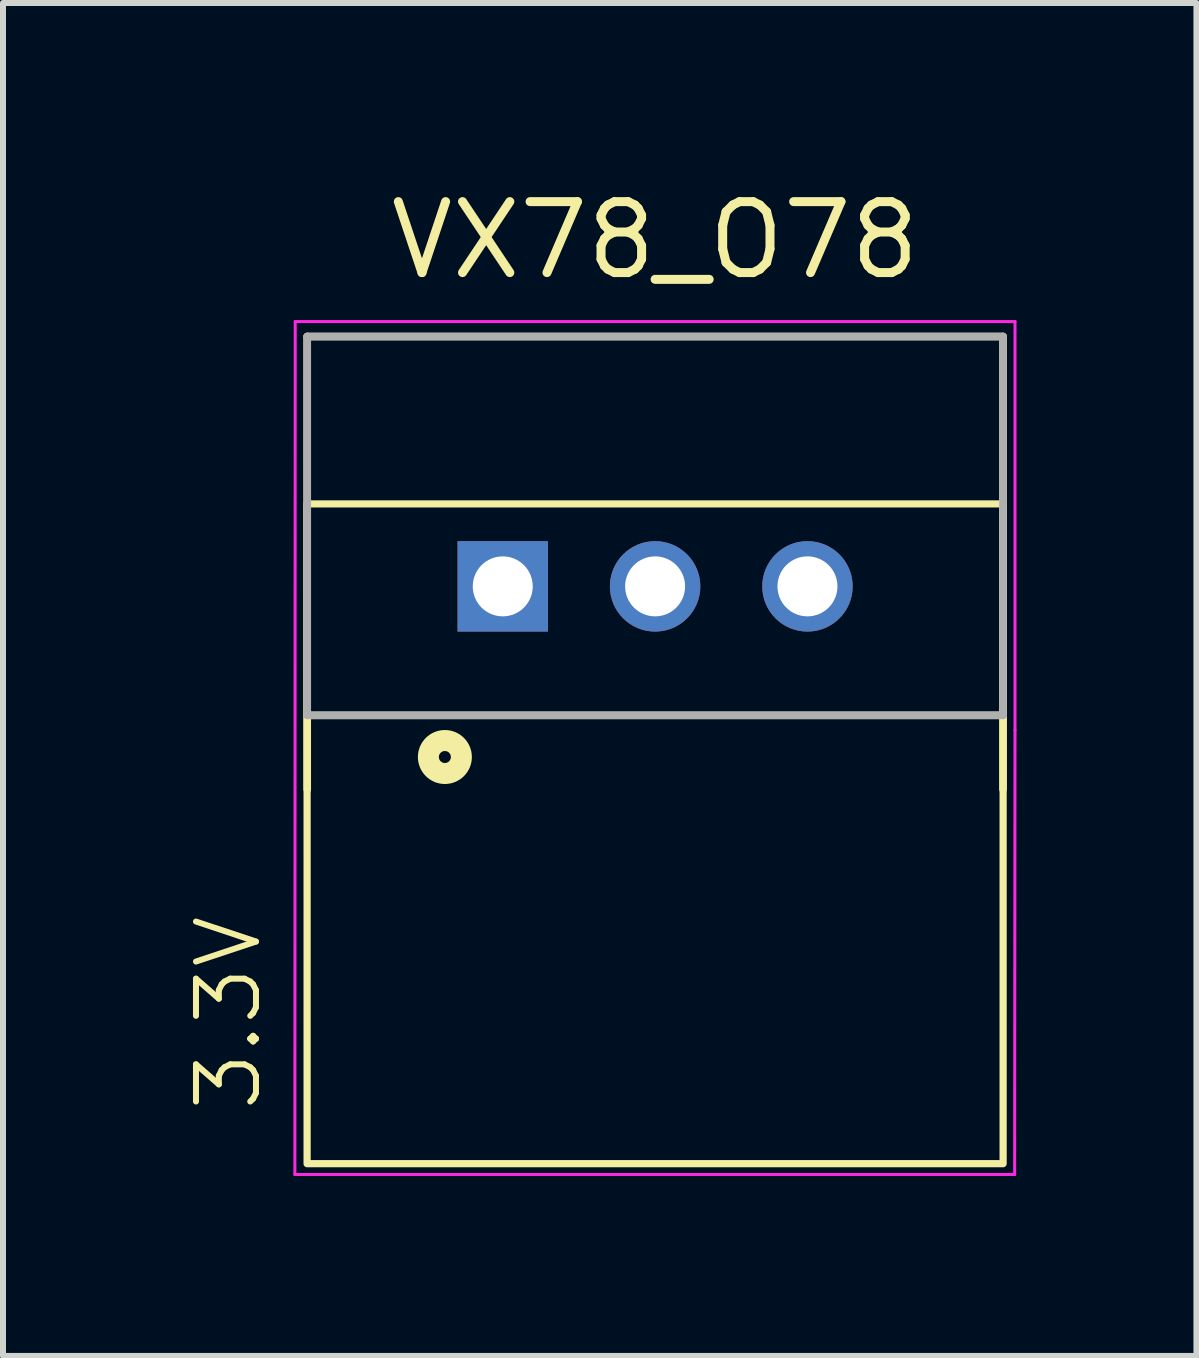
<source format=kicad_pcb>
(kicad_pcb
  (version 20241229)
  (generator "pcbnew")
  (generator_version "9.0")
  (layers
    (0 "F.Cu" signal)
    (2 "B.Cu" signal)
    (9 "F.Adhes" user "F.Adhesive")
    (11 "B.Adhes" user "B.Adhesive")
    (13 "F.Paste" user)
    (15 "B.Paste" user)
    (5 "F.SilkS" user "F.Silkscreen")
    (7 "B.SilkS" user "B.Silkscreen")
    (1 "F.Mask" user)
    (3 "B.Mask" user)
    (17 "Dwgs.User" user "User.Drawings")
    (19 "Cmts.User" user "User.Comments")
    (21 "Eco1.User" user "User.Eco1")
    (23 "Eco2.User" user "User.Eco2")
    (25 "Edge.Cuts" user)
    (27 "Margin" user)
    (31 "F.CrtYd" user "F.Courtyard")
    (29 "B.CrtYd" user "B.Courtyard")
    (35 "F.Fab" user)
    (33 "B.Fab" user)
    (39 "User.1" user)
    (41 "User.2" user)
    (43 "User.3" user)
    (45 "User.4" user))
  (footprint "VX78_O78"
    (layer "F.Cu")
    (at 7.872 5.101)
    (property "Reference" "VX78_O78" (at 0 -4.146 180) (layer "F.SilkS") (effects (font (size 1.183 1.183) (thickness 0.15))))
    (property "Volt" "3.3V" (at -7.112 8.737 270) (layer "F.SilkS") (effects (font (size 1 1) (thickness 0.1))))
    (attr through_hole)
    (fp_line (start -5.8 -2.54) (end 5.8 -2.54) (stroke (width 0.127) (type solid)) (layer "F.SilkS"))
    (fp_line (start -5.8 5.01) (end -5.8 -2.54) (stroke (width 0.127) (type solid)) (layer "F.SilkS"))
    (fp_line (start 5.8 -2.54) (end 5.8 5.01) (stroke (width 0.127) (type solid)) (layer "F.SilkS"))
    (fp_line (start 5.8 3.775) (end -5.8 3.775) (stroke (width 0.127) (type solid)) (layer "F.SilkS"))
    (fp_rect (start -5.802 0.25) (end 5.802 11.25) (stroke (width 0.12) (type default)) (fill no) (layer "F.SilkS"))
    (fp_circle (center -3.505 4.47) (end -3.405 4.47) (stroke (width 0.35) (type solid)) (fill no) (layer "F.SilkS"))
    (fp_line (start -6.006 11.43) (end -6 -2.79) (stroke (width 0.05) (type solid)) (layer "F.CrtYd"))
    (fp_line (start -6 -2.79) (end 6 -2.79) (stroke (width 0.05) (type solid)) (layer "F.CrtYd"))
    (fp_line (start 5.994 11.43) (end -6.006 11.43) (stroke (width 0.05) (type solid)) (layer "F.CrtYd"))
    (fp_line (start 6 -2.79) (end 6 4.025) (stroke (width 0.05) (type solid)) (layer "F.CrtYd"))
    (fp_line (start 6 4.025) (end 5.994 11.43) (stroke (width 0.05) (type default)) (layer "F.CrtYd"))
    (fp_line (start -5.8 -2.54) (end 5.8 -2.54) (stroke (width 0.127) (type solid)) (layer "F.Fab"))
    (fp_line (start -5.8 3.775) (end -5.8 -2.54) (stroke (width 0.127) (type solid)) (layer "F.Fab"))
    (fp_line (start 5.8 -2.54) (end 5.8 3.775) (stroke (width 0.127) (type solid)) (layer "F.Fab"))
    (fp_line (start 5.8 3.775) (end -5.8 3.775) (stroke (width 0.127) (type solid)) (layer "F.Fab"))
    (fp_circle (center -2.543 1.645) (end -2.443 1.645) (stroke (width 0.35) (type solid)) (fill no) (layer "F.Fab"))
    (pad "1" thru_hole rect (at -2.54 1.625) (size 1.508 1.508) (drill 1) (layers "*.Cu" "*.Mask"))
    (pad "2" thru_hole circle (at 0 1.625) (size 1.508 1.508) (drill 1) (layers "*.Cu" "*.Mask"))
    (pad "3" thru_hole circle (at 2.54 1.625) (size 1.508 1.508) (drill 1) (layers "*.Cu" "*.Mask")))
  (gr_rect
    (start -3 -3)
    (end 16.897 19.556)
    (stroke (width 0.1) (type default))
    (fill no)
    (layer "Edge.Cuts")))
</source>
